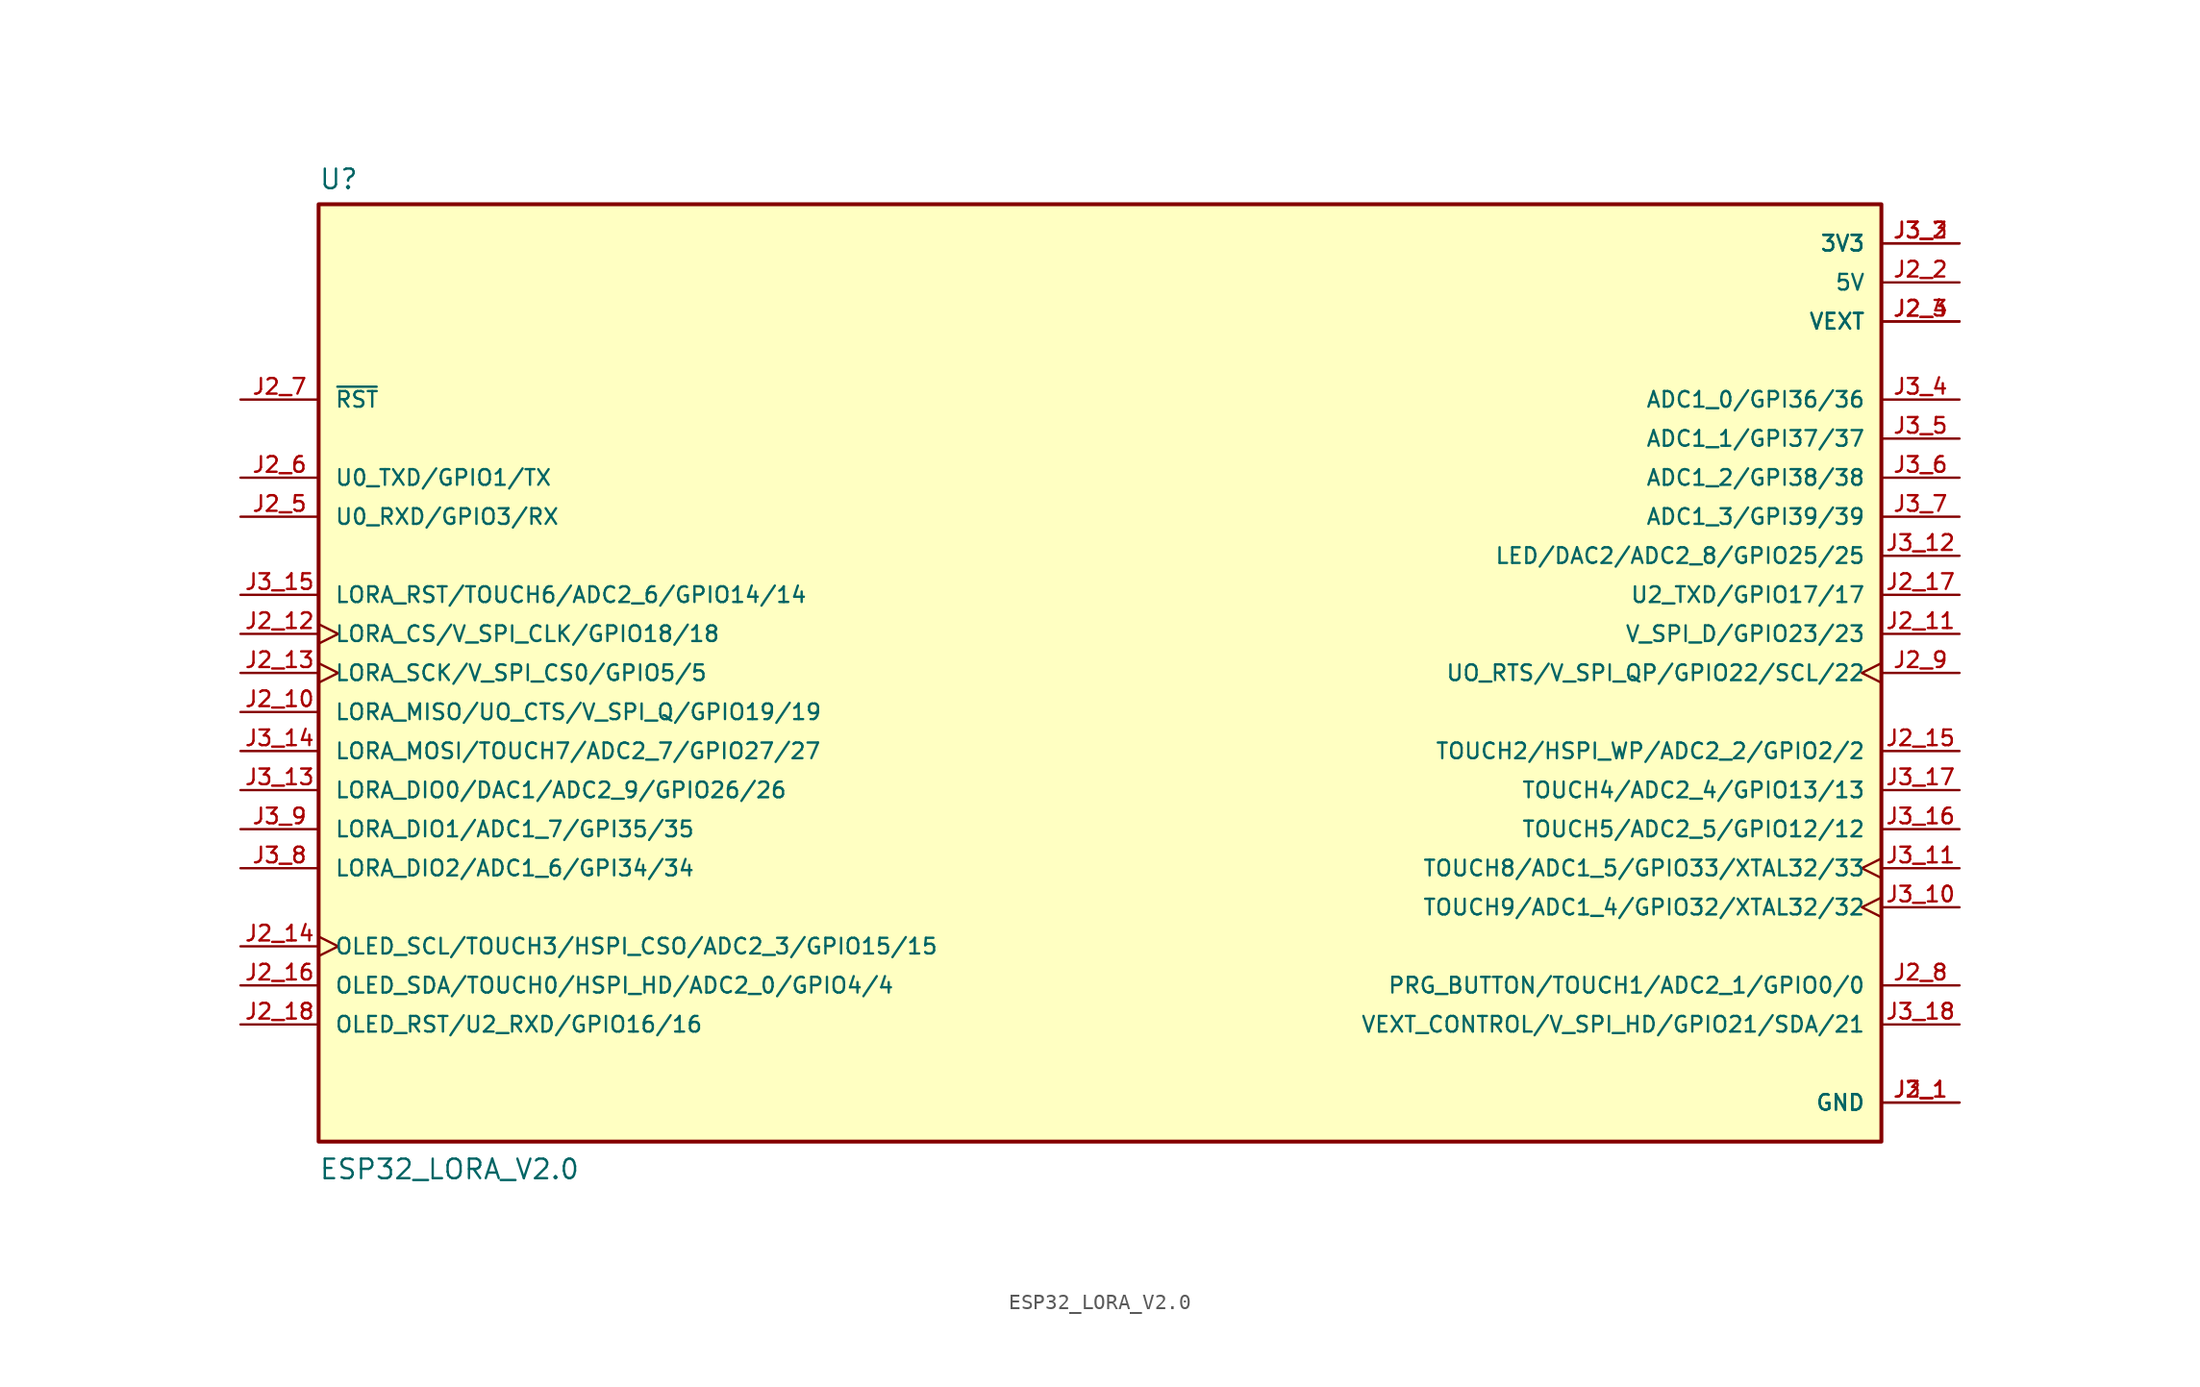
<source format=kicad_sym>
(kicad_symbol_lib
  (version 20211014)
  (generator kicad_symbol_editor)
  (symbol "ESP32_LORA_V2.0"
    (pin_names
      (offset 1.016))
    (property "Reference" "U"
      (at -50.8 31.369 0)
      (effects (font (size 1.27 1.27)) (justify bottom left)))
    (property "Value" "ESP32_LORA_V2.0"
      (at -50.8 -33.02 0)
      (effects (font (size 1.27 1.27)) (justify bottom left)))
    (symbol "ESP32_LORA_V2.0_0_0"
      (rectangle (start -50.8 -30.48) (end 50.8 30.48) (stroke (width 0.254)) (fill (type background)))
      (pin power_in line (at 55.88 27.94 180.0) (length 5.08) (name "3V3" (effects (font (size 1.016 1.016)))) (number "J3_2" (effects (font (size 1.016 1.016)))))
      (pin power_in line (at 55.88 27.94 180.0) (length 5.08) (name "3V3" (effects (font (size 1.016 1.016)))) (number "J3_3" (effects (font (size 1.016 1.016)))))
      (pin power_in line (at 55.88 -27.94 180.0) (length 5.08) (name "GND" (effects (font (size 1.016 1.016)))) (number "J2_1" (effects (font (size 1.016 1.016)))))
      (pin power_in line (at 55.88 -27.94 180.0) (length 5.08) (name "GND" (effects (font (size 1.016 1.016)))) (number "J3_1" (effects (font (size 1.016 1.016)))))
      (pin input line (at -55.88 17.78 0) (length 5.08) (name "~{RST}" (effects (font (size 1.016 1.016)))) (number "J2_7" (effects (font (size 1.016 1.016)))))
      (pin bidirectional line (at 55.88 -20.32 180.0) (length 5.08) (name "PRG_BUTTON/TOUCH1/ADC2_1/GPIO0/0" (effects (font (size 1.016 1.016)))) (number "J2_8" (effects (font (size 1.016 1.016)))))
      (pin bidirectional clock (at 55.88 0.0 180.0) (length 5.08) (name "UO_RTS/V_SPI_QP/GPIO22/SCL/22" (effects (font (size 1.016 1.016)))) (number "J2_9" (effects (font (size 1.016 1.016)))))
      (pin bidirectional line (at -55.88 -2.54 0) (length 5.08) (name "LORA_MISO/UO_CTS/V_SPI_Q/GPIO19/19" (effects (font (size 1.016 1.016)))) (number "J2_10" (effects (font (size 1.016 1.016)))))
      (pin bidirectional line (at 55.88 2.54 180.0) (length 5.08) (name "V_SPI_D/GPIO23/23" (effects (font (size 1.016 1.016)))) (number "J2_11" (effects (font (size 1.016 1.016)))))
      (pin bidirectional line (at -55.88 12.7 0) (length 5.08) (name "U0_TXD/GPIO1/TX" (effects (font (size 1.016 1.016)))) (number "J2_6" (effects (font (size 1.016 1.016)))))
      (pin bidirectional line (at -55.88 10.16 0) (length 5.08) (name "U0_RXD/GPIO3/RX" (effects (font (size 1.016 1.016)))) (number "J2_5" (effects (font (size 1.016 1.016)))))
      (pin power_in line (at 55.88 22.86 180.0) (length 5.08) (name "VEXT" (effects (font (size 1.016 1.016)))) (number "J2_3" (effects (font (size 1.016 1.016)))))
      (pin power_in line (at 55.88 22.86 180.0) (length 5.08) (name "VEXT" (effects (font (size 1.016 1.016)))) (number "J2_4" (effects (font (size 1.016 1.016)))))
      (pin bidirectional clock (at -55.88 2.54 0) (length 5.08) (name "LORA_CS/V_SPI_CLK/GPIO18/18" (effects (font (size 1.016 1.016)))) (number "J2_12" (effects (font (size 1.016 1.016)))))
      (pin bidirectional clock (at -55.88 0.0 0) (length 5.08) (name "LORA_SCK/V_SPI_CS0/GPIO5/5" (effects (font (size 1.016 1.016)))) (number "J2_13" (effects (font (size 1.016 1.016)))))
      (pin bidirectional clock (at -55.88 -17.78 0) (length 5.08) (name "OLED_SCL/TOUCH3/HSPI_CSO/ADC2_3/GPIO15/15" (effects (font (size 1.016 1.016)))) (number "J2_14" (effects (font (size 1.016 1.016)))))
      (pin bidirectional line (at 55.88 -5.08 180.0) (length 5.08) (name "TOUCH2/HSPI_WP/ADC2_2/GPIO2/2" (effects (font (size 1.016 1.016)))) (number "J2_15" (effects (font (size 1.016 1.016)))))
      (pin bidirectional line (at -55.88 -20.32 0) (length 5.08) (name "OLED_SDA/TOUCH0/HSPI_HD/ADC2_0/GPIO4/4" (effects (font (size 1.016 1.016)))) (number "J2_16" (effects (font (size 1.016 1.016)))))
      (pin bidirectional line (at -55.88 -5.08 0) (length 5.08) (name "LORA_MOSI/TOUCH7/ADC2_7/GPIO27/27" (effects (font (size 1.016 1.016)))) (number "J3_14" (effects (font (size 1.016 1.016)))))
      (pin bidirectional line (at -55.88 -7.62 0) (length 5.08) (name "LORA_DIO0/DAC1/ADC2_9/GPIO26/26" (effects (font (size 1.016 1.016)))) (number "J3_13" (effects (font (size 1.016 1.016)))))
      (pin bidirectional line (at 55.88 7.62 180.0) (length 5.08) (name "LED/DAC2/ADC2_8/GPIO25/25" (effects (font (size 1.016 1.016)))) (number "J3_12" (effects (font (size 1.016 1.016)))))
      (pin bidirectional clock (at 55.88 -12.7 180.0) (length 5.08) (name "TOUCH8/ADC1_5/GPIO33/XTAL32/33" (effects (font (size 1.016 1.016)))) (number "J3_11" (effects (font (size 1.016 1.016)))))
      (pin bidirectional clock (at 55.88 -15.24 180.0) (length 5.08) (name "TOUCH9/ADC1_4/GPIO32/XTAL32/32" (effects (font (size 1.016 1.016)))) (number "J3_10" (effects (font (size 1.016 1.016)))))
      (pin bidirectional line (at -55.88 -10.16 0) (length 5.08) (name "LORA_DIO1/ADC1_7/GPI35/35" (effects (font (size 1.016 1.016)))) (number "J3_9" (effects (font (size 1.016 1.016)))))
      (pin bidirectional line (at -55.88 -12.7 0) (length 5.08) (name "LORA_DIO2/ADC1_6/GPI34/34" (effects (font (size 1.016 1.016)))) (number "J3_8" (effects (font (size 1.016 1.016)))))
      (pin bidirectional line (at 55.88 10.16 180.0) (length 5.08) (name "ADC1_3/GPI39/39" (effects (font (size 1.016 1.016)))) (number "J3_7" (effects (font (size 1.016 1.016)))))
      (pin bidirectional line (at 55.88 12.7 180.0) (length 5.08) (name "ADC1_2/GPI38/38" (effects (font (size 1.016 1.016)))) (number "J3_6" (effects (font (size 1.016 1.016)))))
      (pin bidirectional line (at 55.88 15.24 180.0) (length 5.08) (name "ADC1_1/GPI37/37" (effects (font (size 1.016 1.016)))) (number "J3_5" (effects (font (size 1.016 1.016)))))
      (pin bidirectional line (at 55.88 17.78 180.0) (length 5.08) (name "ADC1_0/GPI36/36" (effects (font (size 1.016 1.016)))) (number "J3_4" (effects (font (size 1.016 1.016)))))
      (pin power_in line (at 55.88 25.4 180.0) (length 5.08) (name "5V" (effects (font (size 1.016 1.016)))) (number "J2_2" (effects (font (size 1.016 1.016)))))
      (pin bidirectional line (at 55.88 5.08 180.0) (length 5.08) (name "U2_TXD/GPIO17/17" (effects (font (size 1.016 1.016)))) (number "J2_17" (effects (font (size 1.016 1.016)))))
      (pin bidirectional line (at -55.88 -22.86 0) (length 5.08) (name "OLED_RST/U2_RXD/GPIO16/16" (effects (font (size 1.016 1.016)))) (number "J2_18" (effects (font (size 1.016 1.016)))))
      (pin bidirectional line (at -55.88 5.08 0) (length 5.08) (name "LORA_RST/TOUCH6/ADC2_6/GPIO14/14" (effects (font (size 1.016 1.016)))) (number "J3_15" (effects (font (size 1.016 1.016)))))
      (pin bidirectional line (at 55.88 -10.16 180.0) (length 5.08) (name "TOUCH5/ADC2_5/GPIO12/12" (effects (font (size 1.016 1.016)))) (number "J3_16" (effects (font (size 1.016 1.016)))))
      (pin bidirectional line (at 55.88 -7.62 180.0) (length 5.08) (name "TOUCH4/ADC2_4/GPIO13/13" (effects (font (size 1.016 1.016)))) (number "J3_17" (effects (font (size 1.016 1.016)))))
      (pin bidirectional line (at 55.88 -22.86 180.0) (length 5.08) (name "VEXT_CONTROL/V_SPI_HD/GPIO21/SDA/21" (effects (font (size 1.016 1.016)))) (number "J3_18" (effects (font (size 1.016 1.016))))))))
</source>
